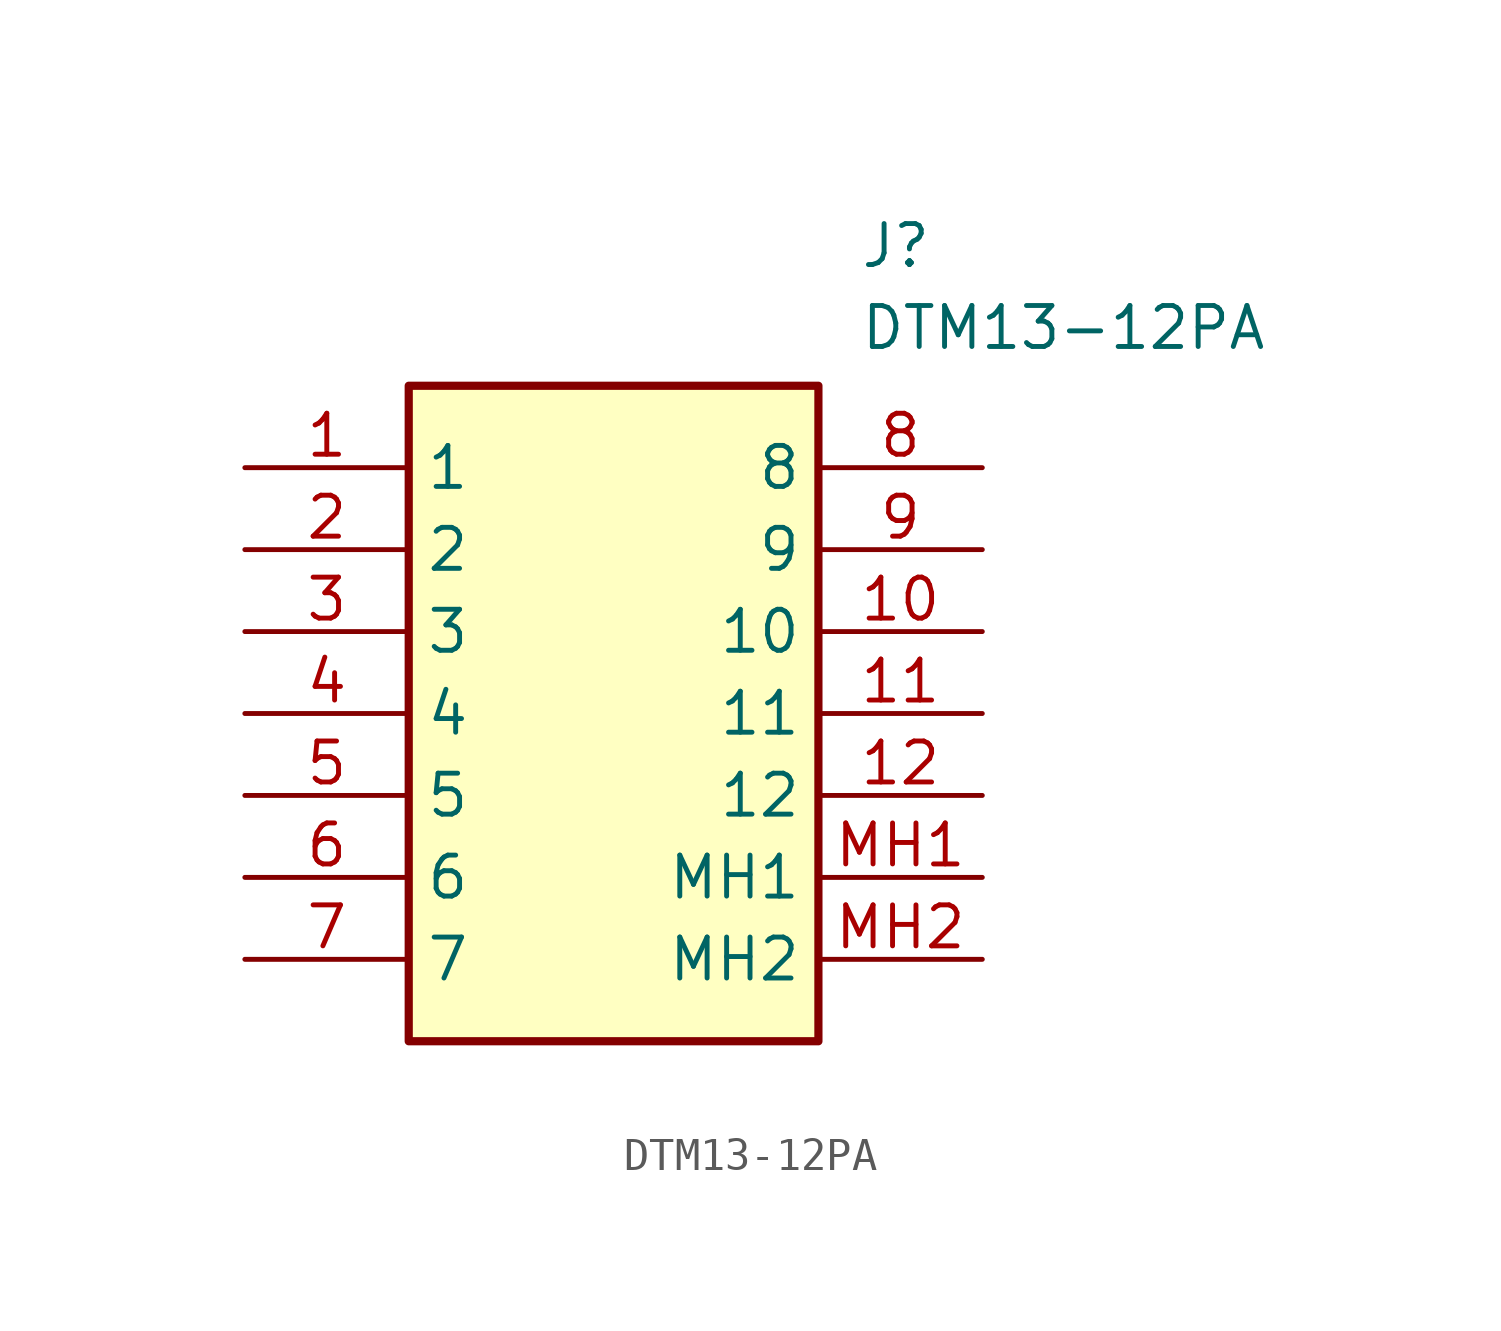
<source format=kicad_sym>
(kicad_symbol_lib
  (version 20211014)
  (generator SamacSys_ECAD_Model)
  (symbol "DTM13-12PA"
    (property "Reference" "J"
      (at 19.05 7.62 0)
      (effects (font (size 1.27 1.27)) (justify left top)))
    (property "Value" "DTM13-12PA"
      (at 19.05 5.08 0)
      (effects (font (size 1.27 1.27)) (justify left top)))
    (rectangle
      (start 5.08 2.54)
      (end 17.78 -17.78)
      (stroke (width 0.254) (type default))
      (fill (type background)))
    (pin passive line
      (at 0 0 0)
      (length 5.08)
      (name "1" (effects (font (size 1.27 1.27))))
      (number "1" (effects (font (size 1.27 1.27)))))
    (pin passive line
      (at 0 -2.54 0)
      (length 5.08)
      (name "2" (effects (font (size 1.27 1.27))))
      (number "2" (effects (font (size 1.27 1.27)))))
    (pin passive line
      (at 0 -5.08 0)
      (length 5.08)
      (name "3" (effects (font (size 1.27 1.27))))
      (number "3" (effects (font (size 1.27 1.27)))))
    (pin passive line
      (at 0 -7.62 0)
      (length 5.08)
      (name "4" (effects (font (size 1.27 1.27))))
      (number "4" (effects (font (size 1.27 1.27)))))
    (pin passive line
      (at 0 -10.16 0)
      (length 5.08)
      (name "5" (effects (font (size 1.27 1.27))))
      (number "5" (effects (font (size 1.27 1.27)))))
    (pin passive line
      (at 0 -12.7 0)
      (length 5.08)
      (name "6" (effects (font (size 1.27 1.27))))
      (number "6" (effects (font (size 1.27 1.27)))))
    (pin passive line
      (at 0 -15.24 0)
      (length 5.08)
      (name "7" (effects (font (size 1.27 1.27))))
      (number "7" (effects (font (size 1.27 1.27)))))
    (pin passive line
      (at 22.86 0 180)
      (length 5.08)
      (name "8" (effects (font (size 1.27 1.27))))
      (number "8" (effects (font (size 1.27 1.27)))))
    (pin passive line
      (at 22.86 -2.54 180)
      (length 5.08)
      (name "9" (effects (font (size 1.27 1.27))))
      (number "9" (effects (font (size 1.27 1.27)))))
    (pin passive line
      (at 22.86 -5.08 180)
      (length 5.08)
      (name "10" (effects (font (size 1.27 1.27))))
      (number "10" (effects (font (size 1.27 1.27)))))
    (pin passive line
      (at 22.86 -7.62 180)
      (length 5.08)
      (name "11" (effects (font (size 1.27 1.27))))
      (number "11" (effects (font (size 1.27 1.27)))))
    (pin passive line
      (at 22.86 -10.16 180)
      (length 5.08)
      (name "12" (effects (font (size 1.27 1.27))))
      (number "12" (effects (font (size 1.27 1.27)))))
    (pin passive line
      (at 22.86 -12.7 180)
      (length 5.08)
      (name "MH1" (effects (font (size 1.27 1.27))))
      (number "MH1" (effects (font (size 1.27 1.27)))))
    (pin passive line
      (at 22.86 -15.24 180)
      (length 5.08)
      (name "MH2" (effects (font (size 1.27 1.27))))
      (number "MH2" (effects (font (size 1.27 1.27)))))))
</source>
